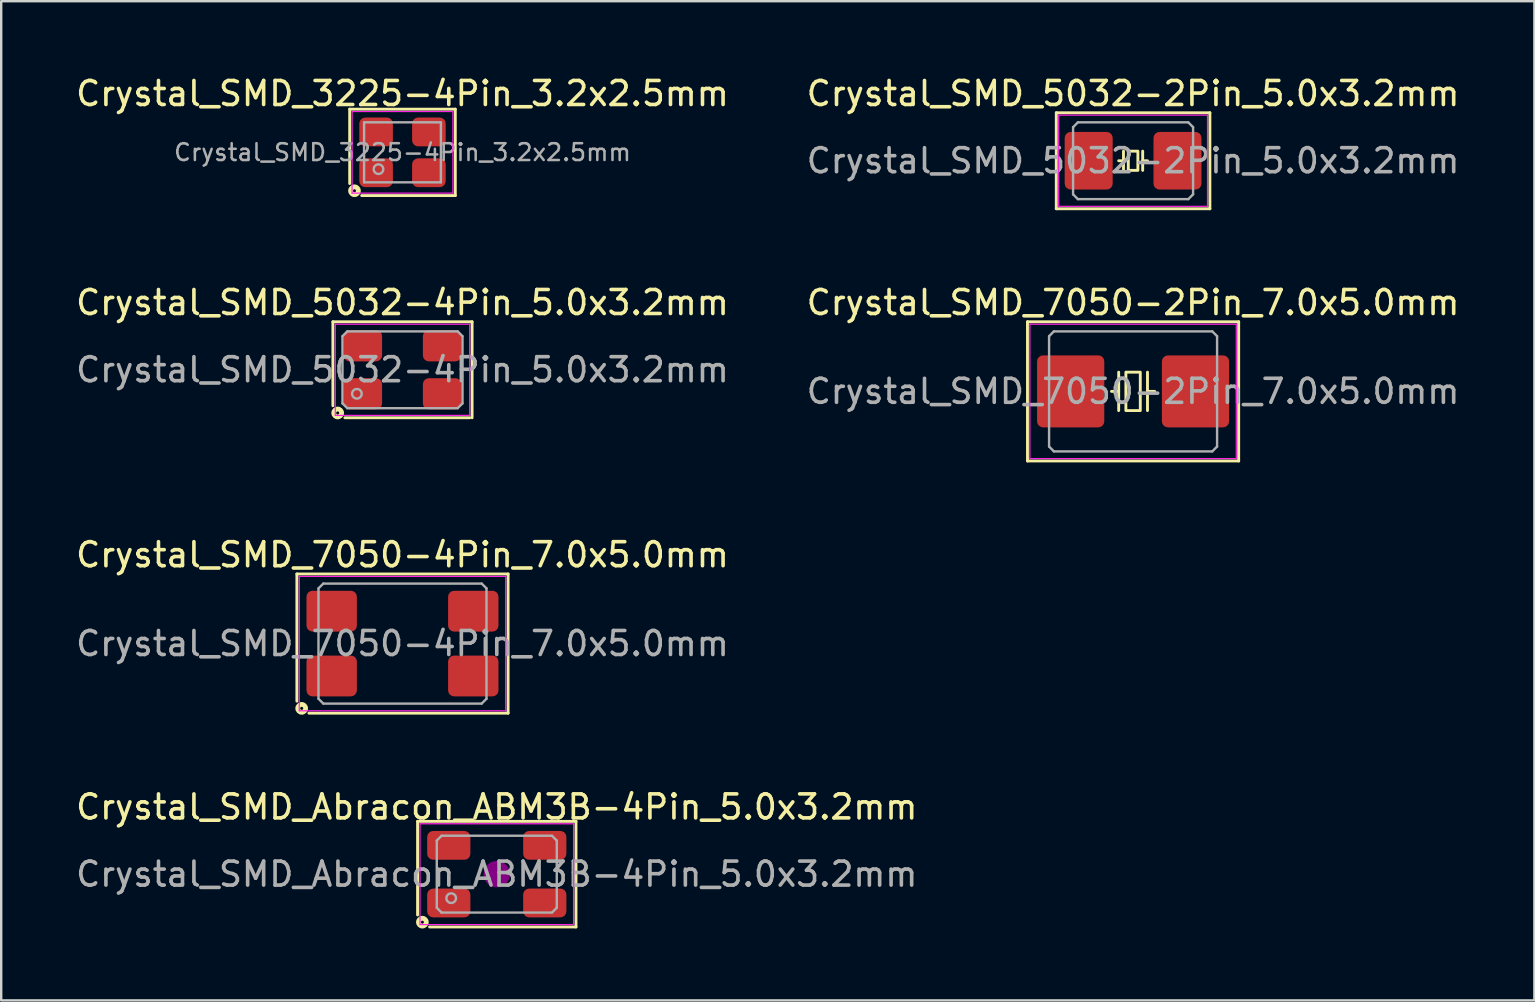
<source format=kicad_pcb>
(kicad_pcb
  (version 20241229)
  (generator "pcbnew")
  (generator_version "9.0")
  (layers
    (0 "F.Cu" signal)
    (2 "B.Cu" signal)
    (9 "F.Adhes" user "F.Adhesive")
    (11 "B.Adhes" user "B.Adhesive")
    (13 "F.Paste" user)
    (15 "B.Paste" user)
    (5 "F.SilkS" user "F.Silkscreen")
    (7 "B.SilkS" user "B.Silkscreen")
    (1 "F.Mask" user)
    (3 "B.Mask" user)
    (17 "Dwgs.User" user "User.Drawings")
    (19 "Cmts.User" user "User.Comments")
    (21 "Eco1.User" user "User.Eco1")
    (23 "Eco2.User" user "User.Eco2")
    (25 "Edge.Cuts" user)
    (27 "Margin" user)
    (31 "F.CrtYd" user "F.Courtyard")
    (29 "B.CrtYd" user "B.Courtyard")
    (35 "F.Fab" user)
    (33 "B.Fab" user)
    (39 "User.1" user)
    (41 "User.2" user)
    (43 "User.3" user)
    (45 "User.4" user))
  (footprint "Crystal_SMD_5032-2Pin_5.0x3.2mm"
    (layer "F.Cu")
    (at 44.161 3.648)
    (property "Reference" "Crystal_SMD_5032-2Pin_5.0x3.2mm" (at 0 -2.8 0) (layer "F.SilkS") (effects (font (size 1 1) (thickness 0.15))))
    (attr smd)
    (fp_line (start -3.2 -2) (end -3.2 2) (stroke (width 0.12) (type solid)) (layer "F.SilkS"))
    (fp_line (start -3.2 2) (end 3.2 2) (stroke (width 0.12) (type solid)) (layer "F.SilkS"))
    (fp_line (start -0.4 -0.4) (end -0.4 0.4) (stroke (width 0.12) (type solid)) (layer "F.SilkS"))
    (fp_line (start -0.4 0) (end -0.6 0) (stroke (width 0.12) (type solid)) (layer "F.SilkS"))
    (fp_line (start 0.4 -0.4) (end 0.4 0.4) (stroke (width 0.12) (type solid)) (layer "F.SilkS"))
    (fp_line (start 0.4 0) (end 0.6 0) (stroke (width 0.12) (type solid)) (layer "F.SilkS"))
    (fp_line (start 3.2 -2) (end -3.2 -2) (stroke (width 0.12) (type solid)) (layer "F.SilkS"))
    (fp_line (start 3.2 2) (end 3.2 -2) (stroke (width 0.12) (type solid)) (layer "F.SilkS"))
    (fp_rect (start -0.2 -0.4) (end 0.2 0.4) (stroke (width 0.12) (type solid)) (fill no) (layer "F.SilkS"))
    (fp_line (start -3.1 -1.9) (end -3.1 1.9) (stroke (width 0.05) (type solid)) (layer "F.CrtYd"))
    (fp_line (start -3.1 1.9) (end 3.1 1.9) (stroke (width 0.05) (type solid)) (layer "F.CrtYd"))
    (fp_line (start 3.1 -1.9) (end -3.1 -1.9) (stroke (width 0.05) (type solid)) (layer "F.CrtYd"))
    (fp_line (start 3.1 1.9) (end 3.1 -1.9) (stroke (width 0.05) (type solid)) (layer "F.CrtYd"))
    (fp_line (start -2.5 -1.4) (end -2.3 -1.6) (stroke (width 0.1) (type solid)) (layer "F.Fab"))
    (fp_line (start -2.5 1.4) (end -2.5 -1.4) (stroke (width 0.1) (type solid)) (layer "F.Fab"))
    (fp_line (start -2.3 -1.6) (end 2.3 -1.6) (stroke (width 0.1) (type solid)) (layer "F.Fab"))
    (fp_line (start -2.3 1.6) (end -2.5 1.4) (stroke (width 0.1) (type solid)) (layer "F.Fab"))
    (fp_line (start 2.3 -1.6) (end 2.5 -1.4) (stroke (width 0.1) (type solid)) (layer "F.Fab"))
    (fp_line (start 2.3 1.6) (end -2.3 1.6) (stroke (width 0.1) (type solid)) (layer "F.Fab"))
    (fp_line (start 2.5 -1.4) (end 2.5 1.4) (stroke (width 0.1) (type solid)) (layer "F.Fab"))
    (fp_line (start 2.5 1.4) (end 2.3 1.6) (stroke (width 0.1) (type solid)) (layer "F.Fab"))
    (fp_text user "${REFERENCE}" (at 0 0 0) (layer "F.Fab") (effects (font (size 1 1) (thickness 0.15))))
    (pad "1" smd roundrect (at -1.85 0) (size 2 2.4) (layers "F.Cu" "F.Mask" "F.Paste") (roundrect_rratio 0.125))
    (pad "2" smd roundrect (at 1.85 0) (size 2 2.4) (layers "F.Cu" "F.Mask" "F.Paste") (roundrect_rratio 0.125)))
  (footprint "Crystal_SMD_7050-4Pin_7.0x5.0mm"
    (layer "F.Cu")
    (at 13.72 23.765)
    (property "Reference" "Crystal_SMD_7050-4Pin_7.0x5.0mm" (at 0 -3.7 0) (layer "F.SilkS") (effects (font (size 1 1) (thickness 0.15))))
    (attr smd)
    (fp_line (start -4.4 -2.9) (end -4.4 2.4) (stroke (width 0.12) (type solid)) (layer "F.SilkS"))
    (fp_line (start -4.4 -2.9) (end 4.4 -2.9) (stroke (width 0.12) (type solid)) (layer "F.SilkS"))
    (fp_line (start 4.4 -2.9) (end 4.4 2.9) (stroke (width 0.12) (type solid)) (layer "F.SilkS"))
    (fp_line (start 4.4 2.9) (end -3.9 2.9) (stroke (width 0.12) (type solid)) (layer "F.SilkS"))
    (fp_circle (center -4.2 2.7) (end -4.136 2.7) (stroke (width 0.2) (type solid)) (fill no) (layer "F.SilkS"))
    (fp_line (start -4.3 -2.8) (end -4.3 2.8) (stroke (width 0.05) (type solid)) (layer "F.CrtYd"))
    (fp_line (start -4.3 2.8) (end 4.3 2.8) (stroke (width 0.05) (type solid)) (layer "F.CrtYd"))
    (fp_line (start 4.3 -2.8) (end -4.3 -2.8) (stroke (width 0.05) (type solid)) (layer "F.CrtYd"))
    (fp_line (start 4.3 2.8) (end 4.3 -2.8) (stroke (width 0.05) (type solid)) (layer "F.CrtYd"))
    (fp_line (start -3.5 -2.3) (end -3.3 -2.5) (stroke (width 0.1) (type solid)) (layer "F.Fab"))
    (fp_line (start -3.5 2.3) (end -3.5 -2.3) (stroke (width 0.1) (type solid)) (layer "F.Fab"))
    (fp_line (start -3.3 -2.5) (end 3.3 -2.5) (stroke (width 0.1) (type solid)) (layer "F.Fab"))
    (fp_line (start -3.3 2.5) (end -3.5 2.3) (stroke (width 0.1) (type solid)) (layer "F.Fab"))
    (fp_line (start 3.3 -2.5) (end 3.5 -2.3) (stroke (width 0.1) (type solid)) (layer "F.Fab"))
    (fp_line (start 3.3 2.5) (end -3.3 2.5) (stroke (width 0.1) (type solid)) (layer "F.Fab"))
    (fp_line (start 3.5 -2.3) (end 3.5 2.3) (stroke (width 0.1) (type solid)) (layer "F.Fab"))
    (fp_line (start 3.5 2.3) (end 3.3 2.5) (stroke (width 0.1) (type solid)) (layer "F.Fab"))
    (fp_text user "${REFERENCE}" (at 0 0 0) (layer "F.Fab") (effects (font (size 1 1) (thickness 0.15))))
    (pad "1" smd roundrect (at -2.95 1.35) (size 2.1 1.7) (layers "F.Cu" "F.Mask" "F.Paste") (roundrect_rratio 0.147))
    (pad "2" smd roundrect (at 2.95 1.35) (size 2.1 1.7) (layers "F.Cu" "F.Mask" "F.Paste") (roundrect_rratio 0.147))
    (pad "3" smd roundrect (at 2.95 -1.35) (size 2.1 1.7) (layers "F.Cu" "F.Mask" "F.Paste") (roundrect_rratio 0.147))
    (pad "4" smd roundrect (at -2.95 -1.35) (size 2.1 1.7) (layers "F.Cu" "F.Mask" "F.Paste") (roundrect_rratio 0.147)))
  (footprint "Crystal_SMD_3225-4Pin_3.2x2.5mm"
    (layer "F.Cu")
    (at 13.72 3.298)
    (property "Reference" "Crystal_SMD_3225-4Pin_3.2x2.5mm" (at 0 -2.45 0) (layer "F.SilkS") (effects (font (size 1 1) (thickness 0.15))))
    (attr smd)
    (fp_line (start -2.2 -1.8) (end 2.2 -1.8) (stroke (width 0.12) (type solid)) (layer "F.SilkS"))
    (fp_line (start -2.2 1.3) (end -2.2 -1.8) (stroke (width 0.12) (type solid)) (layer "F.SilkS"))
    (fp_line (start 2.2 -1.8) (end 2.2 1.8) (stroke (width 0.12) (type solid)) (layer "F.SilkS"))
    (fp_line (start 2.2 1.8) (end -1.7 1.8) (stroke (width 0.12) (type solid)) (layer "F.SilkS"))
    (fp_circle (center -2 1.6) (end -1.937 1.6) (stroke (width 0.2) (type solid)) (fill no) (layer "F.SilkS"))
    (fp_line (start -2.1 -1.7) (end -2.1 1.7) (stroke (width 0.05) (type solid)) (layer "F.CrtYd"))
    (fp_line (start -2.1 1.7) (end 2.1 1.7) (stroke (width 0.05) (type solid)) (layer "F.CrtYd"))
    (fp_line (start 2.1 -1.7) (end -2.1 -1.7) (stroke (width 0.05) (type solid)) (layer "F.CrtYd"))
    (fp_line (start 2.1 1.7) (end 2.1 -1.7) (stroke (width 0.05) (type solid)) (layer "F.CrtYd"))
    (fp_line (start -1.6 -1.25) (end -1.6 1.25) (stroke (width 0.1) (type solid)) (layer "F.Fab"))
    (fp_line (start -1.6 1.25) (end 1.6 1.25) (stroke (width 0.1) (type solid)) (layer "F.Fab"))
    (fp_line (start 1.6 -1.25) (end -1.6 -1.25) (stroke (width 0.1) (type solid)) (layer "F.Fab"))
    (fp_line (start 1.6 1.25) (end 1.6 -1.25) (stroke (width 0.1) (type solid)) (layer "F.Fab"))
    (fp_circle (center -1 0.7) (end -0.8 0.7) (stroke (width 0.1) (type solid)) (fill no) (layer "F.Fab"))
    (fp_text user "${REFERENCE}" (at 0 0 0) (layer "F.Fab") (effects (font (size 0.7 0.7) (thickness 0.105))))
    (pad "1" smd roundrect (at -1.1 0.85) (size 1.4 1.2) (layers "F.Cu" "F.Mask" "F.Paste") (roundrect_rratio 0.208))
    (pad "2" smd roundrect (at 1.1 0.85) (size 1.4 1.2) (layers "F.Cu" "F.Mask" "F.Paste") (roundrect_rratio 0.208))
    (pad "3" smd roundrect (at 1.1 -0.85) (size 1.4 1.2) (layers "F.Cu" "F.Mask" "F.Paste") (roundrect_rratio 0.208))
    (pad "4" smd roundrect (at -1.1 -0.85) (size 1.4 1.2) (layers "F.Cu" "F.Mask" "F.Paste") (roundrect_rratio 0.208)))
  (footprint "Crystal_SMD_Abracon_ABM3B-4Pin_5.0x3.2mm"
    (layer "F.Cu")
    (at 17.649 33.373)
    (property "Reference" "Crystal_SMD_Abracon_ABM3B-4Pin_5.0x3.2mm" (at 0 -2.8 0) (layer "F.SilkS") (effects (font (size 1 1) (thickness 0.15))))
    (attr smd)
    (fp_line (start -3.3 -2.2) (end -3.3 1.7) (stroke (width 0.12) (type solid)) (layer "F.SilkS"))
    (fp_line (start -3.3 -2.2) (end 3.3 -2.2) (stroke (width 0.12) (type solid)) (layer "F.SilkS"))
    (fp_line (start 3.3 -2.2) (end 3.3 2.2) (stroke (width 0.12) (type solid)) (layer "F.SilkS"))
    (fp_line (start 3.3 2.2) (end -2.8 2.2) (stroke (width 0.12) (type solid)) (layer "F.SilkS"))
    (fp_circle (center -3.1 2) (end -3.037 2) (stroke (width 0.2) (type solid)) (fill no) (layer "F.SilkS"))
    (fp_circle (center 0 0) (end 0.117 0) (stroke (width 0.233) (type solid)) (fill no) (layer "F.Adhes"))
    (fp_circle (center 0 0) (end 0.267 0) (stroke (width 0.167) (type solid)) (fill no) (layer "F.Adhes"))
    (fp_circle (center 0 0) (end 0.417 0) (stroke (width 0.167) (type solid)) (fill no) (layer "F.Adhes"))
    (fp_circle (center 0 0) (end 0.5 0) (stroke (width 0.1) (type solid)) (fill no) (layer "F.Adhes"))
    (fp_line (start -3.2 -2.1) (end -3.2 2.1) (stroke (width 0.05) (type solid)) (layer "F.CrtYd"))
    (fp_line (start -3.2 2.1) (end 3.2 2.1) (stroke (width 0.05) (type solid)) (layer "F.CrtYd"))
    (fp_line (start 3.2 -2.1) (end -3.2 -2.1) (stroke (width 0.05) (type solid)) (layer "F.CrtYd"))
    (fp_line (start 3.2 2.1) (end 3.2 -2.1) (stroke (width 0.05) (type solid)) (layer "F.CrtYd"))
    (fp_line (start -2.5 -1.4) (end -2.3 -1.6) (stroke (width 0.1) (type solid)) (layer "F.Fab"))
    (fp_line (start -2.5 1.4) (end -2.5 -1.4) (stroke (width 0.1) (type solid)) (layer "F.Fab"))
    (fp_line (start -2.3 -1.6) (end 2.3 -1.6) (stroke (width 0.1) (type solid)) (layer "F.Fab"))
    (fp_line (start -2.3 1.6) (end -2.5 1.4) (stroke (width 0.1) (type solid)) (layer "F.Fab"))
    (fp_line (start 2.3 -1.6) (end 2.5 -1.4) (stroke (width 0.1) (type solid)) (layer "F.Fab"))
    (fp_line (start 2.3 1.6) (end -2.3 1.6) (stroke (width 0.1) (type solid)) (layer "F.Fab"))
    (fp_line (start 2.5 -1.4) (end 2.5 1.4) (stroke (width 0.1) (type solid)) (layer "F.Fab"))
    (fp_line (start 2.5 1.4) (end 2.3 1.6) (stroke (width 0.1) (type solid)) (layer "F.Fab"))
    (fp_circle (center -1.9 1) (end -1.7 1) (stroke (width 0.1) (type solid)) (fill no) (layer "F.Fab"))
    (fp_text user "${REFERENCE}" (at 0 0 0) (layer "F.Fab") (effects (font (size 1 1) (thickness 0.15))))
    (pad "1" smd roundrect (at -2 1.2) (size 1.8 1.2) (layers "F.Cu" "F.Mask" "F.Paste") (roundrect_rratio 0.208))
    (pad "2" smd roundrect (at 2 1.2) (size 1.8 1.2) (layers "F.Cu" "F.Mask" "F.Paste") (roundrect_rratio 0.208))
    (pad "3" smd roundrect (at 2 -1.2) (size 1.8 1.2) (layers "F.Cu" "F.Mask" "F.Paste") (roundrect_rratio 0.208))
    (pad "4" smd roundrect (at -2 -1.2) (size 1.8 1.2) (layers "F.Cu" "F.Mask" "F.Paste") (roundrect_rratio 0.208)))
  (footprint "Crystal_SMD_7050-2Pin_7.0x5.0mm"
    (layer "F.Cu")
    (at 44.161 13.257)
    (property "Reference" "Crystal_SMD_7050-2Pin_7.0x5.0mm" (at 0 -3.7 0) (layer "F.SilkS") (effects (font (size 1 1) (thickness 0.15))))
    (attr smd)
    (fp_line (start -4.4 -2.9) (end -4.4 2.9) (stroke (width 0.12) (type solid)) (layer "F.SilkS"))
    (fp_line (start -4.4 2.9) (end 4.4 2.9) (stroke (width 0.12) (type solid)) (layer "F.SilkS"))
    (fp_line (start -0.6 -0.8) (end -0.6 0.8) (stroke (width 0.12) (type solid)) (layer "F.SilkS"))
    (fp_line (start -0.6 0) (end -0.9 0) (stroke (width 0.12) (type solid)) (layer "F.SilkS"))
    (fp_line (start 0.6 -0.8) (end 0.6 0.8) (stroke (width 0.12) (type solid)) (layer "F.SilkS"))
    (fp_line (start 0.6 0) (end 0.9 0) (stroke (width 0.12) (type solid)) (layer "F.SilkS"))
    (fp_line (start 4.4 -2.9) (end -4.4 -2.9) (stroke (width 0.12) (type solid)) (layer "F.SilkS"))
    (fp_line (start 4.4 2.9) (end 4.4 -2.9) (stroke (width 0.12) (type solid)) (layer "F.SilkS"))
    (fp_rect (start -0.3 -0.8) (end 0.3 0.8) (stroke (width 0.12) (type solid)) (fill no) (layer "F.SilkS"))
    (fp_line (start -4.3 -2.8) (end -4.3 2.8) (stroke (width 0.05) (type solid)) (layer "F.CrtYd"))
    (fp_line (start -4.3 2.8) (end 4.3 2.8) (stroke (width 0.05) (type solid)) (layer "F.CrtYd"))
    (fp_line (start 4.3 -2.8) (end -4.3 -2.8) (stroke (width 0.05) (type solid)) (layer "F.CrtYd"))
    (fp_line (start 4.3 2.8) (end 4.3 -2.8) (stroke (width 0.05) (type solid)) (layer "F.CrtYd"))
    (fp_line (start -3.5 -2.3) (end -3.3 -2.5) (stroke (width 0.1) (type solid)) (layer "F.Fab"))
    (fp_line (start -3.5 2.3) (end -3.5 -2.3) (stroke (width 0.1) (type solid)) (layer "F.Fab"))
    (fp_line (start -3.3 -2.5) (end 3.3 -2.5) (stroke (width 0.1) (type solid)) (layer "F.Fab"))
    (fp_line (start -3.3 2.5) (end -3.5 2.3) (stroke (width 0.1) (type solid)) (layer "F.Fab"))
    (fp_line (start 3.3 -2.5) (end 3.5 -2.3) (stroke (width 0.1) (type solid)) (layer "F.Fab"))
    (fp_line (start 3.3 2.5) (end -3.3 2.5) (stroke (width 0.1) (type solid)) (layer "F.Fab"))
    (fp_line (start 3.5 -2.3) (end 3.5 2.3) (stroke (width 0.1) (type solid)) (layer "F.Fab"))
    (fp_line (start 3.5 2.3) (end 3.3 2.5) (stroke (width 0.1) (type solid)) (layer "F.Fab"))
    (fp_text user "${REFERENCE}" (at 0 0 0) (layer "F.Fab") (effects (font (size 1 1) (thickness 0.15))))
    (pad "1" smd roundrect (at -2.6 0) (size 2.8 3) (layers "F.Cu" "F.Mask" "F.Paste") (roundrect_rratio 0.089))
    (pad "2" smd roundrect (at 2.6 0) (size 2.8 3) (layers "F.Cu" "F.Mask" "F.Paste") (roundrect_rratio 0.089)))
  (footprint "Crystal_SMD_5032-4Pin_5.0x3.2mm"
    (layer "F.Cu")
    (at 13.72 12.357)
    (property "Reference" "Crystal_SMD_5032-4Pin_5.0x3.2mm" (at 0 -2.8 0) (layer "F.SilkS") (effects (font (size 1 1) (thickness 0.15))))
    (attr smd)
    (fp_line (start -2.9 -2) (end 2.9 -2) (stroke (width 0.12) (type solid)) (layer "F.SilkS"))
    (fp_line (start -2.9 1.5) (end -2.9 -2) (stroke (width 0.12) (type solid)) (layer "F.SilkS"))
    (fp_line (start 2.8 2) (end -2.4 2) (stroke (width 0.12) (type solid)) (layer "F.SilkS"))
    (fp_line (start 2.9 -2) (end 2.9 2) (stroke (width 0.12) (type solid)) (layer "F.SilkS"))
    (fp_circle (center -2.7 1.8) (end -2.636 1.8) (stroke (width 0.2) (type solid)) (fill no) (layer "F.SilkS"))
    (fp_line (start -2.8 -1.9) (end -2.8 1.9) (stroke (width 0.05) (type solid)) (layer "F.CrtYd"))
    (fp_line (start -2.8 1.9) (end 2.8 1.9) (stroke (width 0.05) (type solid)) (layer "F.CrtYd"))
    (fp_line (start 2.8 -1.9) (end -2.8 -1.9) (stroke (width 0.05) (type solid)) (layer "F.CrtYd"))
    (fp_line (start 2.8 1.9) (end 2.8 -1.9) (stroke (width 0.05) (type solid)) (layer "F.CrtYd"))
    (fp_line (start -2.5 -1.4) (end -2.3 -1.6) (stroke (width 0.1) (type solid)) (layer "F.Fab"))
    (fp_line (start -2.5 1.4) (end -2.5 -1.4) (stroke (width 0.1) (type solid)) (layer "F.Fab"))
    (fp_line (start -2.3 -1.6) (end 2.3 -1.6) (stroke (width 0.1) (type solid)) (layer "F.Fab"))
    (fp_line (start -2.3 1.6) (end -2.5 1.4) (stroke (width 0.1) (type solid)) (layer "F.Fab"))
    (fp_line (start 2.3 -1.6) (end 2.5 -1.4) (stroke (width 0.1) (type solid)) (layer "F.Fab"))
    (fp_line (start 2.3 1.6) (end -2.3 1.6) (stroke (width 0.1) (type solid)) (layer "F.Fab"))
    (fp_line (start 2.5 -1.4) (end 2.5 1.4) (stroke (width 0.1) (type solid)) (layer "F.Fab"))
    (fp_line (start 2.5 1.4) (end 2.3 1.6) (stroke (width 0.1) (type solid)) (layer "F.Fab"))
    (fp_circle (center -1.9 1) (end -1.7 1) (stroke (width 0.1) (type solid)) (fill no) (layer "F.Fab"))
    (fp_text user "${REFERENCE}" (at 0 0 0) (layer "F.Fab") (effects (font (size 1 1) (thickness 0.15))))
    (pad "1" smd roundrect (at -1.65 1) (size 1.6 1.3) (layers "F.Cu" "F.Mask" "F.Paste") (roundrect_rratio 0.192))
    (pad "2" smd roundrect (at 1.65 1) (size 1.6 1.3) (layers "F.Cu" "F.Mask" "F.Paste") (roundrect_rratio 0.192))
    (pad "3" smd roundrect (at 1.65 -1) (size 1.6 1.3) (layers "F.Cu" "F.Mask" "F.Paste") (roundrect_rratio 0.192))
    (pad "4" smd roundrect (at -1.65 -1) (size 1.6 1.3) (layers "F.Cu" "F.Mask" "F.Paste") (roundrect_rratio 0.192)))
  (gr_rect
    (start -3 -3)
    (end 60.881 38.633)
    (stroke (width 0.1) (type default))
    (fill no)
    (layer "Edge.Cuts")))
</source>
